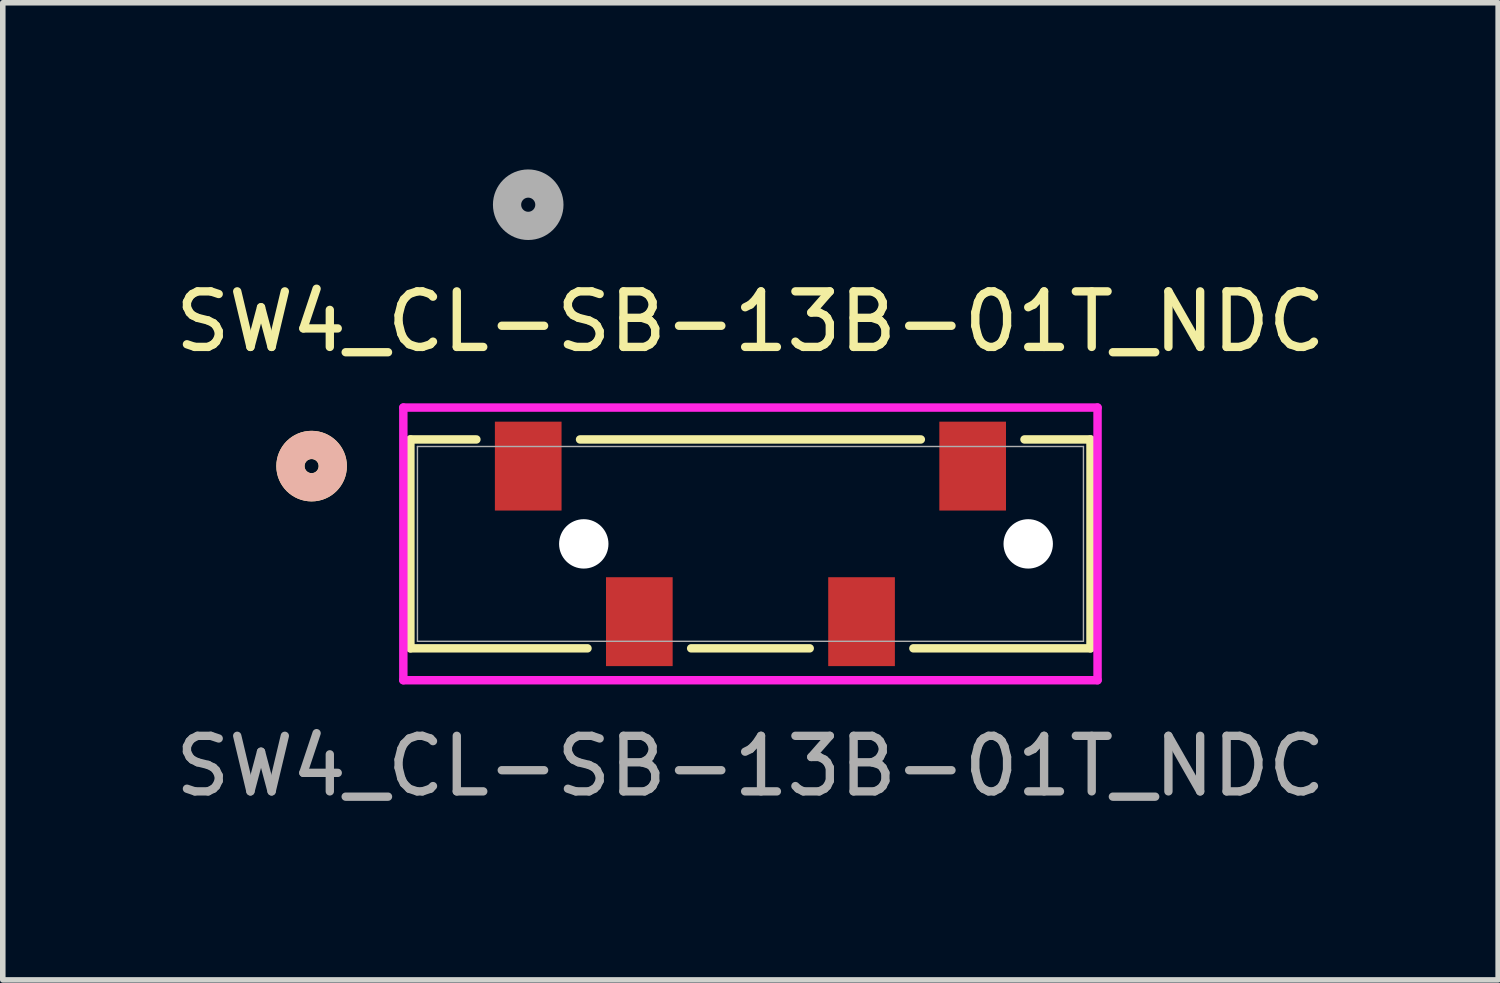
<source format=kicad_pcb>
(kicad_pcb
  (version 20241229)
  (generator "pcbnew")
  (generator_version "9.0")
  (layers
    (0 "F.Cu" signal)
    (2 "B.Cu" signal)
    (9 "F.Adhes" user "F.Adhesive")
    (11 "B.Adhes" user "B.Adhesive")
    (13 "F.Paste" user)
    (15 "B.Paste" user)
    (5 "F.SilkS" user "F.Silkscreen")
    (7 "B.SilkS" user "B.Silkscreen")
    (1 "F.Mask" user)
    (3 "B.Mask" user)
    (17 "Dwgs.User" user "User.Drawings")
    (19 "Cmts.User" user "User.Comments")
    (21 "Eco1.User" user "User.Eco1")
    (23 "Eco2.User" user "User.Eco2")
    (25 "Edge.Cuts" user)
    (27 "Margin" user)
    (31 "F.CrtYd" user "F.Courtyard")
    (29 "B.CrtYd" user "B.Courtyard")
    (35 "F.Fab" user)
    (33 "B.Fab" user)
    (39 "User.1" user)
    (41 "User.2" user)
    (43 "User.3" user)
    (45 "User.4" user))
  (footprint "SW4_CL-SB-13B-01T_NDC"
    (layer "F.Cu")
    (at 10.458 6.74)
    (property "Reference" "SW4_CL-SB-13B-01T_NDC" (at 0 -4 0) (unlocked yes) (layer "F.SilkS") (effects (font (size 1 1) (thickness 0.15))))
    (attr smd)
    (fp_line (start -6.121 -1.88) (end -6.121 1.88) (stroke (width 0.152) (type solid)) (layer "F.SilkS"))
    (fp_line (start -6.121 1.88) (end -2.933 1.88) (stroke (width 0.152) (type solid)) (layer "F.SilkS"))
    (fp_line (start -4.933 -1.88) (end -6.121 -1.88) (stroke (width 0.152) (type solid)) (layer "F.SilkS"))
    (fp_line (start -1.067 1.88) (end 1.067 1.88) (stroke (width 0.152) (type solid)) (layer "F.SilkS"))
    (fp_line (start 2.933 1.88) (end 6.121 1.88) (stroke (width 0.152) (type solid)) (layer "F.SilkS"))
    (fp_line (start 3.067 -1.88) (end -3.067 -1.88) (stroke (width 0.152) (type solid)) (layer "F.SilkS"))
    (fp_line (start 6.121 -1.88) (end 4.933 -1.88) (stroke (width 0.152) (type solid)) (layer "F.SilkS"))
    (fp_line (start 6.121 1.88) (end 6.121 -1.88) (stroke (width 0.152) (type solid)) (layer "F.SilkS"))
    (fp_circle (center -7.899 -1.4) (end -7.518 -1.4) (stroke (width 0.508) (type solid)) (fill no) (layer "F.SilkS"))
    (fp_circle (center -7.899 -1.4) (end -7.518 -1.4) (stroke (width 0.508) (type solid)) (fill no) (layer "B.SilkS"))
    (fp_line (start -6.248 -2.454) (end -6.248 2.454) (stroke (width 0.152) (type solid)) (layer "F.CrtYd"))
    (fp_line (start -6.248 2.454) (end 6.248 2.454) (stroke (width 0.152) (type solid)) (layer "F.CrtYd"))
    (fp_line (start 6.248 -2.454) (end -6.248 -2.454) (stroke (width 0.152) (type solid)) (layer "F.CrtYd"))
    (fp_line (start 6.248 2.454) (end 6.248 -2.454) (stroke (width 0.152) (type solid)) (layer "F.CrtYd"))
    (fp_line (start -5.994 -1.753) (end -5.994 1.753) (stroke (width 0.025) (type solid)) (layer "F.Fab"))
    (fp_line (start -5.994 1.753) (end 5.994 1.753) (stroke (width 0.025) (type solid)) (layer "F.Fab"))
    (fp_line (start 5.994 -1.753) (end -5.994 -1.753) (stroke (width 0.025) (type solid)) (layer "F.Fab"))
    (fp_line (start 5.994 1.753) (end 5.994 -1.753) (stroke (width 0.025) (type solid)) (layer "F.Fab"))
    (fp_circle (center -4 -6.105) (end -3.619 -6.105) (stroke (width 0.508) (type solid)) (fill no) (layer "F.Fab"))
    (fp_text user "${REFERENCE}" (at 0 4 0) (unlocked yes) (layer "F.Fab") (effects (font (size 1 1) (thickness 0.15))))
    (pad "" np_thru_hole circle (at -3 0) (size 0.889 0.889) (drill 0.889) (layers "*.Cu" "*.Mask"))
    (pad "" np_thru_hole circle (at 5 0) (size 0.889 0.889) (drill 0.889) (layers "*.Cu" "*.Mask"))
    (pad "1" smd rect (at -4 -1.4) (size 1.2 1.6) (layers "F.Cu" "F.Mask" "F.Paste"))
    (pad "2" smd rect (at -2 1.4) (size 1.2 1.6) (layers "F.Cu" "F.Mask" "F.Paste"))
    (pad "3" smd rect (at 2 1.4) (size 1.2 1.6) (layers "F.Cu" "F.Mask" "F.Paste"))
    (pad "4" smd rect (at 4 -1.4) (size 1.2 1.6) (layers "F.Cu" "F.Mask" "F.Paste")))
  (gr_rect
    (start -3 -3)
    (end 23.917 14.588)
    (stroke (width 0.1) (type default))
    (fill no)
    (layer "Edge.Cuts")))
</source>
